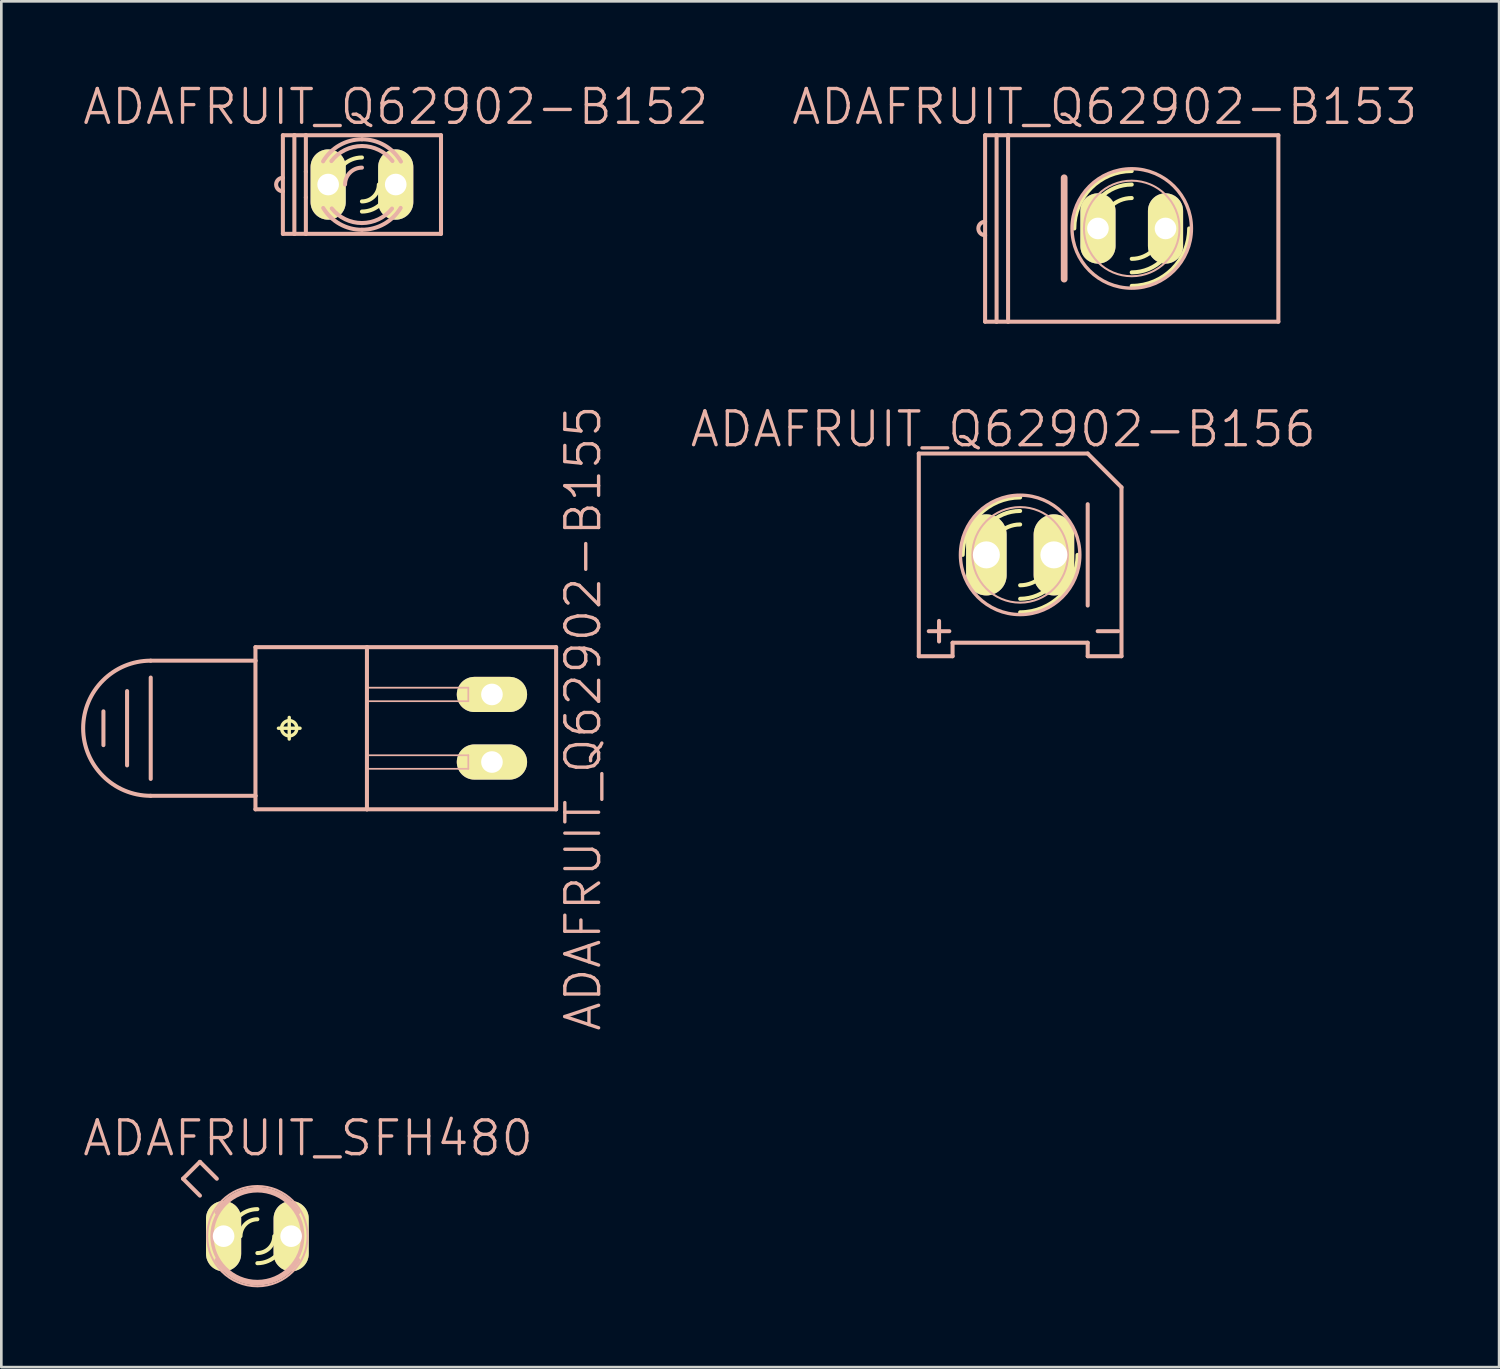
<source format=kicad_pcb>
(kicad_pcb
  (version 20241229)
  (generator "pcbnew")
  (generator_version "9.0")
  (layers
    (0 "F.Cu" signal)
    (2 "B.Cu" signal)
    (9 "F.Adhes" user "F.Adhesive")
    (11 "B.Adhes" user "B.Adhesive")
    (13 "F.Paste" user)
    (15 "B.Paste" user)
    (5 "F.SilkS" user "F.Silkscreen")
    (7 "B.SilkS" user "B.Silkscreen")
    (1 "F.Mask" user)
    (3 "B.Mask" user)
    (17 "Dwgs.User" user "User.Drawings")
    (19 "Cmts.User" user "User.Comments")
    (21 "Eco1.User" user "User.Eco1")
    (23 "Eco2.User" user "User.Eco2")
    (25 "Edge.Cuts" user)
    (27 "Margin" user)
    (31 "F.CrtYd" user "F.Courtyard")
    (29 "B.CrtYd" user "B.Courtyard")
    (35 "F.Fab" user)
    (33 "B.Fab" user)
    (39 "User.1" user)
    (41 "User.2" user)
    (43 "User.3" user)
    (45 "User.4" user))
  (footprint "ADAFRUIT_Q62902-B152"
    (layer "F.Cu")
    (at 10.556 3.887)
    (property "Reference" "ADAFRUIT_Q62902-B152" (at 1.27 -2.921 0) (layer "B.SilkS") (effects (font (size 1.27 1.27) (thickness 0.127))))
    (attr exclude_from_pos_files exclude_from_bom)
    (fp_arc (start -1.7018 0) (mid -1.636284 -0.467652) (end -1.44478 -0.899296) (stroke (width 0.1524) (type solid)) (layer "F.SilkS"))
    (fp_arc (start -1.4478 0) (mid -1.370559 -0.466576) (end -1.147077 -0.883368) (stroke (width 0.1524) (type solid)) (layer "F.SilkS"))
    (fp_arc (start -1.4478 0.889) (mid -1.634753 0.462631) (end -1.698954 0.001524) (stroke (width 0.1524) (type solid)) (layer "F.SilkS"))
    (fp_arc (start -1.1303 0.90424) (mid -1.365643 0.479842) (end -1.447489 0.001511) (stroke (width 0.1524) (type solid)) (layer "F.SilkS"))
    (fp_arc (start -1.016 0) (mid -0.71842 -0.71842) (end 0 -1.016) (stroke (width 0.1524) (type solid)) (layer "F.SilkS"))
    (fp_arc (start 0.635 0) (mid 0.449013 0.449013) (end 0 0.635) (stroke (width 0.1524) (type solid)) (layer "F.SilkS"))
    (fp_arc (start 1.016 0) (mid 0.71842 0.71842) (end 0 1.016) (stroke (width 0.1524) (type solid)) (layer "F.SilkS"))
    (fp_arc (start 1.13792 -0.89154) (mid 1.366181 -0.472497) (end 1.44558 -0.00197) (stroke (width 0.1524) (type solid)) (layer "F.SilkS"))
    (fp_arc (start 1.4478 0) (mid 1.365598 0.480903) (end 1.128326 0.907197) (stroke (width 0.1524) (type solid)) (layer "F.SilkS"))
    (fp_arc (start 1.45034 -0.88646) (mid 1.636107 -0.460925) (end 1.699793 -0.000998) (stroke (width 0.1524) (type solid)) (layer "F.SilkS"))
    (fp_arc (start 1.7018 0) (mid 1.636691 0.466224) (end 1.446347 0.896773) (stroke (width 0.1524) (type solid)) (layer "F.SilkS"))
    (fp_line (start -2.972 1.854) (end -2.972 -1.854) (stroke (width 0.152) (type solid)) (layer "B.SilkS"))
    (fp_line (start -2.54 -1.854) (end -2.972 -1.854) (stroke (width 0.152) (type solid)) (layer "B.SilkS"))
    (fp_line (start -2.54 1.854) (end -2.972 1.854) (stroke (width 0.152) (type solid)) (layer "B.SilkS"))
    (fp_line (start -2.54 1.854) (end -2.54 -1.854) (stroke (width 0.152) (type solid)) (layer "B.SilkS"))
    (fp_line (start -2.108 -1.854) (end -2.54 -1.854) (stroke (width 0.152) (type solid)) (layer "B.SilkS"))
    (fp_line (start -2.108 -1.854) (end -2.108 -0.483) (stroke (width 0.152) (type solid)) (layer "B.SilkS"))
    (fp_line (start -2.108 -1.854) (end 2.972 -1.854) (stroke (width 0.152) (type solid)) (layer "B.SilkS"))
    (fp_line (start -2.108 -0.483) (end -2.108 0.483) (stroke (width 0.152) (type solid)) (layer "B.SilkS"))
    (fp_line (start -2.108 0.483) (end -2.108 1.854) (stroke (width 0.152) (type solid)) (layer "B.SilkS"))
    (fp_line (start -2.108 1.854) (end -2.54 1.854) (stroke (width 0.152) (type solid)) (layer "B.SilkS"))
    (fp_line (start 2.972 -1.854) (end 2.972 -0.483) (stroke (width 0.152) (type solid)) (layer "B.SilkS"))
    (fp_line (start 2.972 -0.483) (end 2.972 0.483) (stroke (width 0.152) (type solid)) (layer "B.SilkS"))
    (fp_line (start 2.972 0.483) (end 2.972 1.854) (stroke (width 0.152) (type solid)) (layer "B.SilkS"))
    (fp_line (start 2.972 1.854) (end -2.108 1.854) (stroke (width 0.152) (type solid)) (layer "B.SilkS"))
    (fp_arc (start -2.9718 0.254) (mid -3.2258 0) (end -2.9718 -0.254) (stroke (width 0.1524) (type solid)) (layer "B.SilkS"))
    (fp_arc (start -1.4605 -0.87122) (mid -0.839566 -1.478923) (end 0.000504 -1.700613) (stroke (width 0.1524) (type solid)) (layer "B.SilkS"))
    (fp_arc (start -1.14808 -0.88138) (mid -0.64099 -1.29771) (end -0.002187 -1.447382) (stroke (width 0.1524) (type solid)) (layer "B.SilkS"))
    (fp_arc (start -0.635 0) (mid -0.449013 -0.449013) (end 0 -0.635) (stroke (width 0.1524) (type solid)) (layer "B.SilkS"))
    (fp_arc (start 0 -1.7018) (mid 0.844461 -1.477501) (end 1.466321 -0.863729) (stroke (width 0.1524) (type solid)) (layer "B.SilkS"))
    (fp_arc (start 0 -1.4478) (mid 0.639212 -1.299051) (end 1.147077 -0.883368) (stroke (width 0.1524) (type solid)) (layer "B.SilkS"))
    (fp_arc (start 0 1.4478) (mid -0.630127 1.303482) (end -1.134631 0.899298) (stroke (width 0.1524) (type solid)) (layer "B.SilkS"))
    (fp_arc (start 0 1.7018) (mid -0.83542 1.482632) (end -1.455659 0.881578) (stroke (width 0.1524) (type solid)) (layer "B.SilkS"))
    (fp_arc (start 1.1303 0.90424) (mid 0.627494 1.304408) (end 0.001015 1.44749) (stroke (width 0.1524) (type solid)) (layer "B.SilkS"))
    (fp_arc (start 1.45542 0.87884) (mid 0.836556 1.480129) (end 0.002219 1.700177) (stroke (width 0.1524) (type solid)) (layer "B.SilkS"))
    (pad "A" thru_hole oval (at 1.27 0 180) (size 1.321 2.642) (drill 0.813) (layers "*.Cu" "F.Mask" "F.SilkS" "F.Paste"))
    (pad "K" thru_hole oval (at -1.27 0 180) (size 1.321 2.642) (drill 0.813) (layers "*.Cu" "F.Mask" "F.SilkS" "F.Paste")))
  (footprint "ADAFRUIT_Q62902-B155"
    (layer "F.Cu")
    (at 7.823 24.326)
    (property "Reference" "ADAFRUIT_Q62902-B155" (at 11.049 -0.381 90) (layer "B.SilkS") (effects (font (size 1.27 1.27) (thickness 0.127))))
    (attr exclude_from_pos_files exclude_from_bom)
    (fp_line (start -0.406 0) (end 0.406 0) (stroke (width 0.127) (type solid)) (layer "F.SilkS"))
    (fp_line (start 0 0.406) (end 0 -0.406) (stroke (width 0.127) (type solid)) (layer "F.SilkS"))
    (fp_circle (center 0 0) (end -0.203 0.203) (stroke (width 0.127) (type solid)) (fill no) (layer "F.SilkS"))
    (fp_line (start -6.985 -0.635) (end -6.985 0.635) (stroke (width 0.152) (type solid)) (layer "B.SilkS"))
    (fp_line (start -6.096 -1.397) (end -6.096 1.397) (stroke (width 0.152) (type solid)) (layer "B.SilkS"))
    (fp_line (start -5.207 -1.905) (end -5.207 1.905) (stroke (width 0.152) (type solid)) (layer "B.SilkS"))
    (fp_line (start -5.207 2.54) (end -1.27 2.54) (stroke (width 0.152) (type solid)) (layer "B.SilkS"))
    (fp_line (start -1.27 -2.54) (end -5.207 -2.54) (stroke (width 0.152) (type solid)) (layer "B.SilkS"))
    (fp_line (start -1.27 -2.54) (end -1.27 -3.048) (stroke (width 0.152) (type solid)) (layer "B.SilkS"))
    (fp_line (start -1.27 2.54) (end -1.27 -2.54) (stroke (width 0.152) (type solid)) (layer "B.SilkS"))
    (fp_line (start -1.27 3.048) (end -1.27 2.54) (stroke (width 0.152) (type solid)) (layer "B.SilkS"))
    (fp_line (start -1.27 3.048) (end 2.921 3.048) (stroke (width 0.152) (type solid)) (layer "B.SilkS"))
    (fp_line (start 2.921 -3.048) (end -1.27 -3.048) (stroke (width 0.152) (type solid)) (layer "B.SilkS"))
    (fp_line (start 2.921 -1.524) (end 6.731 -1.524) (stroke (width 0.066) (type solid)) (layer "B.SilkS"))
    (fp_line (start 2.921 -1.016) (end 2.921 -1.524) (stroke (width 0.066) (type solid)) (layer "B.SilkS"))
    (fp_line (start 2.921 -1.016) (end 6.731 -1.016) (stroke (width 0.066) (type solid)) (layer "B.SilkS"))
    (fp_line (start 2.921 1.016) (end 6.731 1.016) (stroke (width 0.066) (type solid)) (layer "B.SilkS"))
    (fp_line (start 2.921 1.524) (end 2.921 1.016) (stroke (width 0.066) (type solid)) (layer "B.SilkS"))
    (fp_line (start 2.921 1.524) (end 6.731 1.524) (stroke (width 0.066) (type solid)) (layer "B.SilkS"))
    (fp_line (start 2.921 3.048) (end 2.921 -3.048) (stroke (width 0.152) (type solid)) (layer "B.SilkS"))
    (fp_line (start 2.921 3.048) (end 10.033 3.048) (stroke (width 0.152) (type solid)) (layer "B.SilkS"))
    (fp_line (start 6.731 -1.016) (end 6.731 -1.524) (stroke (width 0.066) (type solid)) (layer "B.SilkS"))
    (fp_line (start 6.731 1.524) (end 6.731 1.016) (stroke (width 0.066) (type solid)) (layer "B.SilkS"))
    (fp_line (start 10.033 -3.048) (end 2.921 -3.048) (stroke (width 0.152) (type solid)) (layer "B.SilkS"))
    (fp_line (start 10.033 -3.048) (end 10.033 3.048) (stroke (width 0.152) (type solid)) (layer "B.SilkS"))
    (fp_arc (start -5.207 2.54) (mid -7.747 0) (end -5.207 -2.54) (stroke (width 0.1524) (type solid)) (layer "B.SilkS"))
    (pad "A" thru_hole oval (at 7.62 1.27 90) (size 1.321 2.642) (drill 0.813) (layers "*.Cu" "F.Mask" "F.SilkS" "F.Paste"))
    (pad "K" thru_hole oval (at 7.62 -1.27 90) (size 1.321 2.642) (drill 0.813) (layers "*.Cu" "F.Mask" "F.SilkS" "F.Paste")))
  (footprint "ADAFRUIT_SFH480"
    (layer "F.Cu")
    (at 6.625 43.42)
    (property "Reference" "ADAFRUIT_SFH480" (at 1.905 -3.683 0) (layer "B.SilkS") (effects (font (size 1.27 1.27) (thickness 0.127))))
    (attr exclude_from_pos_files exclude_from_bom)
    (fp_arc (start -1.778 0) (mid -1.707402 -0.496046) (end -1.501215 -0.9527) (stroke (width 0.1524) (type solid)) (layer "F.SilkS"))
    (fp_arc (start -1.51384 0.92964) (mid -1.709767 0.482328) (end -1.776497 -0.001431) (stroke (width 0.1524) (type solid)) (layer "F.SilkS"))
    (fp_arc (start -1.016 0) (mid -0.71842 -0.71842) (end 0 -1.016) (stroke (width 0.1524) (type solid)) (layer "F.SilkS"))
    (fp_arc (start -0.635 0) (mid -0.449013 -0.449013) (end 0 -0.635) (stroke (width 0.1524) (type solid)) (layer "F.SilkS"))
    (fp_arc (start 0.635 0) (mid 0.449013 0.449013) (end 0 0.635) (stroke (width 0.1524) (type solid)) (layer "F.SilkS"))
    (fp_arc (start 1.016 0) (mid 0.71842 0.71842) (end 0 1.016) (stroke (width 0.1524) (type solid)) (layer "F.SilkS"))
    (fp_arc (start 1.51384 -0.92964) (mid 1.709767 -0.482328) (end 1.776497 0.001431) (stroke (width 0.1524) (type solid)) (layer "F.SilkS"))
    (fp_arc (start 1.778 0) (mid 1.707402 0.496046) (end 1.501215 0.9527) (stroke (width 0.1524) (type solid)) (layer "F.SilkS"))
    (fp_line (start -2.794 -2.159) (end -2.159 -2.794) (stroke (width 0.152) (type solid)) (layer "B.SilkS"))
    (fp_line (start -2.159 -1.524) (end -2.794 -2.159) (stroke (width 0.152) (type solid)) (layer "B.SilkS"))
    (fp_line (start -1.524 -2.159) (end -2.159 -2.794) (stroke (width 0.152) (type solid)) (layer "B.SilkS"))
    (fp_arc (start -1.53416 -0.89408) (mid -0.885614 -1.539063) (end -0.002081 -1.775675) (stroke (width 0.1524) (type solid)) (layer "B.SilkS"))
    (fp_arc (start 0 -1.778) (mid 0.884966 -1.542115) (end 1.535117 -0.89705) (stroke (width 0.1524) (type solid)) (layer "B.SilkS"))
    (fp_arc (start 0 1.778) (mid -0.884966 1.542115) (end -1.535117 0.89705) (stroke (width 0.1524) (type solid)) (layer "B.SilkS"))
    (fp_arc (start 1.53416 0.89408) (mid 0.885614 1.539063) (end 0.002081 1.775675) (stroke (width 0.1524) (type solid)) (layer "B.SilkS"))
    (fp_circle (center 0 0) (end -1.333 1.333) (stroke (width 0.076) (type solid)) (fill no) (layer "B.SilkS"))
    (fp_circle (center 0 0) (end -1.206 1.206) (stroke (width 0.127) (type solid)) (fill no) (layer "B.SilkS"))
    (pad "A" thru_hole oval (at 1.27 0 180) (size 1.321 2.642) (drill 0.813) (layers "*.Cu" "F.Mask" "F.SilkS" "F.Paste"))
    (pad "K" thru_hole oval (at -1.27 0 180) (size 1.321 2.642) (drill 0.813) (layers "*.Cu" "F.Mask" "F.SilkS" "F.Paste")))
  (footprint "ADAFRUIT_Q62902-B153"
    (layer "F.Cu")
    (at 39.494 5.538)
    (property "Reference" "ADAFRUIT_Q62902-B153" (at -1.016 -4.572 0) (layer "B.SilkS") (effects (font (size 1.27 1.27) (thickness 0.127))))
    (attr exclude_from_pos_files exclude_from_bom)
    (fp_arc (start -2.159 0) (mid -1.526644 -1.526644) (end 0 -2.159) (stroke (width 0.1524) (type solid)) (layer "F.SilkS"))
    (fp_arc (start -1.651 0) (mid -1.167433 -1.167433) (end 0 -1.651) (stroke (width 0.1524) (type solid)) (layer "F.SilkS"))
    (fp_arc (start -1.143 0) (mid -0.808223 -0.808223) (end 0 -1.143) (stroke (width 0.1524) (type solid)) (layer "F.SilkS"))
    (fp_arc (start 1.143 0) (mid 0.808223 0.808223) (end 0 1.143) (stroke (width 0.1524) (type solid)) (layer "F.SilkS"))
    (fp_arc (start 1.651 0) (mid 1.167433 1.167433) (end 0 1.651) (stroke (width 0.1524) (type solid)) (layer "F.SilkS"))
    (fp_arc (start 2.159 0) (mid 1.526644 1.526644) (end 0 2.159) (stroke (width 0.1524) (type solid)) (layer "F.SilkS"))
    (fp_line (start -5.512 3.505) (end -5.512 -3.505) (stroke (width 0.152) (type solid)) (layer "B.SilkS"))
    (fp_line (start -5.08 -3.505) (end -5.512 -3.505) (stroke (width 0.152) (type solid)) (layer "B.SilkS"))
    (fp_line (start -5.08 3.505) (end -5.512 3.505) (stroke (width 0.152) (type solid)) (layer "B.SilkS"))
    (fp_line (start -5.08 3.505) (end -5.08 -3.505) (stroke (width 0.152) (type solid)) (layer "B.SilkS"))
    (fp_line (start -4.648 -3.505) (end -5.08 -3.505) (stroke (width 0.152) (type solid)) (layer "B.SilkS"))
    (fp_line (start -4.648 -3.505) (end -4.648 3.505) (stroke (width 0.152) (type solid)) (layer "B.SilkS"))
    (fp_line (start -4.648 -3.505) (end 5.512 -3.505) (stroke (width 0.152) (type solid)) (layer "B.SilkS"))
    (fp_line (start -4.648 3.505) (end -5.08 3.505) (stroke (width 0.152) (type solid)) (layer "B.SilkS"))
    (fp_line (start -2.54 -1.905) (end -2.54 1.905) (stroke (width 0.254) (type solid)) (layer "B.SilkS"))
    (fp_line (start 5.512 -3.505) (end 5.512 3.505) (stroke (width 0.152) (type solid)) (layer "B.SilkS"))
    (fp_line (start 5.512 3.505) (end -4.648 3.505) (stroke (width 0.152) (type solid)) (layer "B.SilkS"))
    (fp_arc (start -5.5118 0.254) (mid -5.7658 0) (end -5.5118 -0.254) (stroke (width 0.1524) (type solid)) (layer "B.SilkS"))
    (fp_circle (center 0 0) (end -1.587 1.587) (stroke (width 0.127) (type solid)) (fill no) (layer "B.SilkS"))
    (fp_circle (center 0 0) (end -1.27 1.27) (stroke (width 0.076) (type solid)) (fill no) (layer "B.SilkS"))
    (pad "A" thru_hole oval (at 1.27 0 180) (size 1.321 2.642) (drill 0.813) (layers "*.Cu" "F.Mask" "F.SilkS" "F.Paste"))
    (pad "K" thru_hole oval (at -1.27 0 180) (size 1.321 2.642) (drill 0.813) (layers "*.Cu" "F.Mask" "F.SilkS" "F.Paste")))
  (footprint "ADAFRUIT_Q62902-B156"
    (layer "F.Cu")
    (at 35.299 17.809)
    (property "Reference" "ADAFRUIT_Q62902-B156" (at -0.635 -4.724 0) (layer "B.SilkS") (effects (font (size 1.27 1.27) (thickness 0.127))))
    (attr exclude_from_pos_files exclude_from_bom)
    (fp_arc (start -2.159 0) (mid -1.526644 -1.526644) (end 0 -2.159) (stroke (width 0.1524) (type solid)) (layer "F.SilkS"))
    (fp_arc (start -1.651 0) (mid -1.167433 -1.167433) (end 0 -1.651) (stroke (width 0.1524) (type solid)) (layer "F.SilkS"))
    (fp_arc (start -1.143 0) (mid -0.808223 -0.808223) (end 0 -1.143) (stroke (width 0.1524) (type solid)) (layer "F.SilkS"))
    (fp_arc (start 1.143 0) (mid 0.808223 0.808223) (end 0 1.143) (stroke (width 0.1524) (type solid)) (layer "F.SilkS"))
    (fp_arc (start 1.651 0) (mid 1.167433 1.167433) (end 0 1.651) (stroke (width 0.1524) (type solid)) (layer "F.SilkS"))
    (fp_arc (start 2.159 0) (mid 1.526644 1.526644) (end 0 2.159) (stroke (width 0.1524) (type solid)) (layer "F.SilkS"))
    (fp_line (start -3.81 3.81) (end -3.81 -3.81) (stroke (width 0.152) (type solid)) (layer "B.SilkS"))
    (fp_line (start -3.81 3.81) (end -2.54 3.81) (stroke (width 0.152) (type solid)) (layer "B.SilkS"))
    (fp_line (start -2.54 3.302) (end -2.54 3.81) (stroke (width 0.152) (type solid)) (layer "B.SilkS"))
    (fp_line (start 2.54 -3.81) (end -3.81 -3.81) (stroke (width 0.152) (type solid)) (layer "B.SilkS"))
    (fp_line (start 2.54 -3.81) (end 3.81 -2.54) (stroke (width 0.152) (type solid)) (layer "B.SilkS"))
    (fp_line (start 2.54 1.905) (end 2.54 -1.905) (stroke (width 0.152) (type solid)) (layer "B.SilkS"))
    (fp_line (start 2.54 3.302) (end -2.54 3.302) (stroke (width 0.152) (type solid)) (layer "B.SilkS"))
    (fp_line (start 2.54 3.302) (end 2.54 3.81) (stroke (width 0.152) (type solid)) (layer "B.SilkS"))
    (fp_line (start 3.81 -2.54) (end 3.81 3.81) (stroke (width 0.152) (type solid)) (layer "B.SilkS"))
    (fp_line (start 3.81 3.81) (end 2.54 3.81) (stroke (width 0.152) (type solid)) (layer "B.SilkS"))
    (fp_circle (center 0 0) (end -1.587 1.587) (stroke (width 0.127) (type solid)) (fill no) (layer "B.SilkS"))
    (fp_circle (center 0 0) (end -1.27 1.27) (stroke (width 0.076) (type solid)) (fill no) (layer "B.SilkS"))
    (fp_text user "-" (at 3.302 2.794 0) (layer "B.SilkS") (effects (font (size 1.016 1.016) (thickness 0.152))))
    (fp_text user "+" (at -3.048 2.794 0) (layer "B.SilkS") (effects (font (size 1.016 1.016) (thickness 0.152))))
    (pad "A" thru_hole oval (at -1.27 0 180) (size 1.524 3.048) (drill 1.016) (layers "*.Cu" "F.Mask" "F.SilkS" "F.Paste"))
    (pad "K" thru_hole oval (at 1.27 0 180) (size 1.524 3.048) (drill 1.016) (layers "*.Cu" "F.Mask" "F.SilkS" "F.Paste")))
  (gr_rect
    (start -3 -3)
    (end 53.304 48.344)
    (stroke (width 0.1) (type default))
    (fill no)
    (layer "Edge.Cuts")))
</source>
